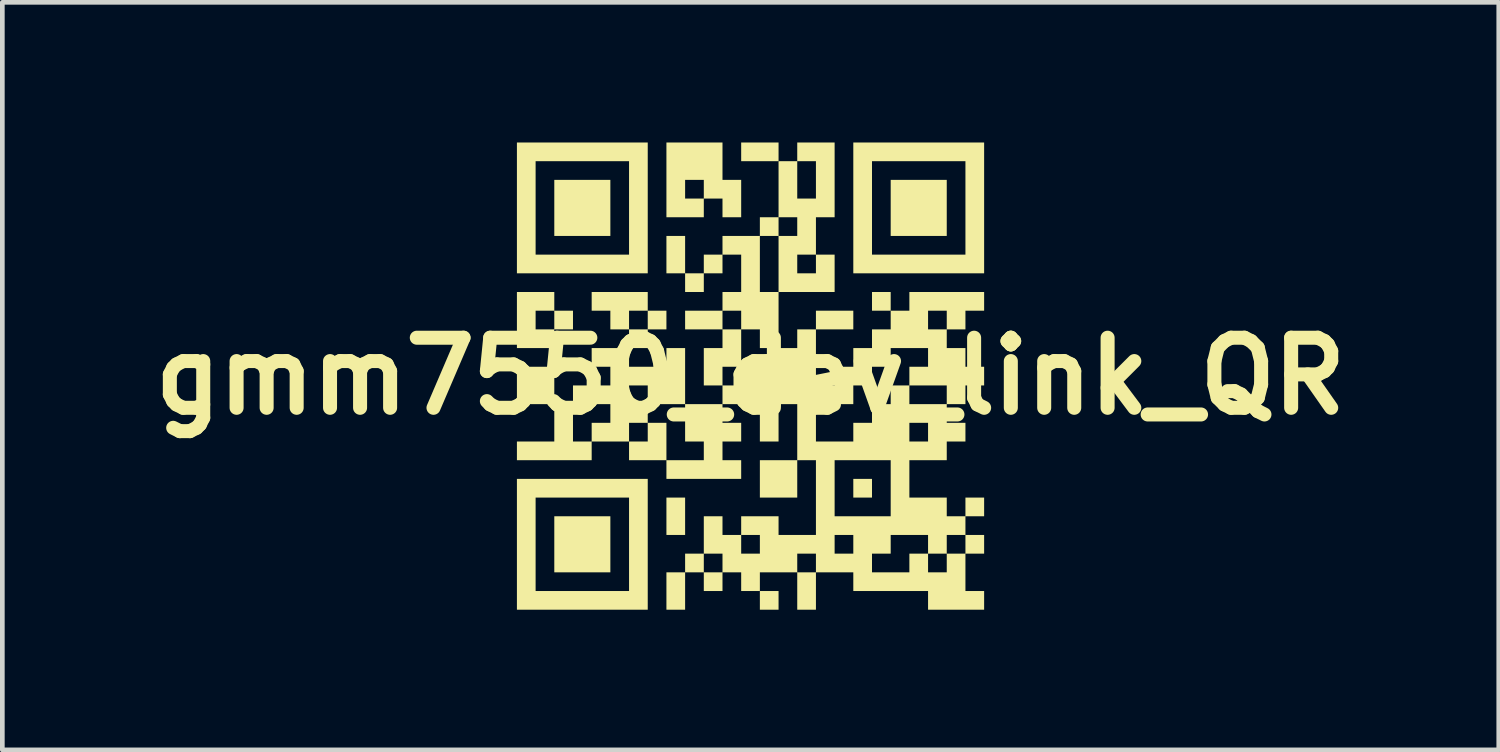
<source format=kicad_pcb>
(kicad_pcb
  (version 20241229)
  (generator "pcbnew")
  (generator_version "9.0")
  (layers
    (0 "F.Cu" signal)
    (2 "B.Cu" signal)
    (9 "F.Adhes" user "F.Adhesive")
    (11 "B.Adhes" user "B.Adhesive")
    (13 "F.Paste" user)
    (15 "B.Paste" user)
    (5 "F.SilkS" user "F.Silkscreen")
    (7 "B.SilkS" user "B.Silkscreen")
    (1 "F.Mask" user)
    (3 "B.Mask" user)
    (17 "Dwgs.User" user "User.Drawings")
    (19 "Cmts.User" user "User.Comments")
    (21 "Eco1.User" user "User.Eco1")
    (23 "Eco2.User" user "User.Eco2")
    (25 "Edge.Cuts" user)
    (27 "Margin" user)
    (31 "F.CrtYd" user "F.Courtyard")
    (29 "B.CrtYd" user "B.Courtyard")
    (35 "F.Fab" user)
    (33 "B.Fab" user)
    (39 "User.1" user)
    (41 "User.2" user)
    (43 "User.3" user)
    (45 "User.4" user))
  (footprint "gmm7550_dev_link_QR"
    (layer "F.Cu")
    (at 13.014 5)
    (property "Reference" "gmm7550_dev_link_QR" (at 0 0 0) (layer "F.SilkS") (effects (font (size 1.5 1.5) (thickness 0.3))))
    (attr board_only exclude_from_pos_files exclude_from_bom)
    (fp_poly (pts (xy -3 -3.6) (xy -3 -3) (xy -3.6 -3) (xy -4.2 -3) (xy -4.2 -3.6) (xy -4.2 -4.2) (xy -3.6 -4.2) (xy -3 -4.2)) (stroke (width 0) (type solid)) (fill yes) (layer "F.SilkS"))
    (fp_poly (pts (xy -3 3.6) (xy -3 4.2) (xy -3.6 4.2) (xy -4.2 4.2) (xy -4.2 3.6) (xy -4.2 3) (xy -3.6 3) (xy -3 3)) (stroke (width 0) (type solid)) (fill yes) (layer "F.SilkS"))
    (fp_poly (pts (xy -1.4 3) (xy -1.4 3.4) (xy -1.6 3.4) (xy -1.8 3.4) (xy -1.8 3) (xy -1.8 2.6) (xy -1.6 2.6) (xy -1.4 2.6)) (stroke (width 0) (type solid)) (fill yes) (layer "F.SilkS"))
    (fp_poly (pts (xy 0.6 4.8) (xy 0.6 5) (xy 0.4 5) (xy 0.2 5) (xy 0.2 4.8) (xy 0.2 4.6) (xy 0.4 4.6) (xy 0.6 4.6)) (stroke (width 0) (type solid)) (fill yes) (layer "F.SilkS"))
    (fp_poly (pts (xy 2.6 2.4) (xy 2.6 2.6) (xy 2.4 2.6) (xy 2.2 2.6) (xy 2.2 2.4) (xy 2.2 2.2) (xy 2.4 2.2) (xy 2.6 2.2)) (stroke (width 0) (type solid)) (fill yes) (layer "F.SilkS"))
    (fp_poly (pts (xy 4.2 -3.6) (xy 4.2 -3) (xy 3.6 -3) (xy 3 -3) (xy 3 -3.6) (xy 3 -4.2) (xy 3.6 -4.2) (xy 4.2 -4.2)) (stroke (width 0) (type solid)) (fill yes) (layer "F.SilkS"))
    (fp_poly (pts (xy -2.2 -3.6) (xy -2.2 -2.2) (xy -3.6 -2.2) (xy -5 -2.2) (xy -5 -3.6) (xy -5 -4.6) (xy -4.6 -4.6) (xy -4.6 -3.6) (xy -4.6 -2.6) (xy -3.6 -2.6) (xy -2.6 -2.6) (xy -2.6 -3.6) (xy -2.6 -4.6) (xy -3.6 -4.6) (xy -4.6 -4.6) (xy -5 -4.6) (xy -5 -5) (xy -3.6 -5) (xy -2.2 -5)) (stroke (width 0) (type solid)) (fill yes) (layer "F.SilkS"))
    (fp_poly (pts (xy -2.2 3.6) (xy -2.2 5) (xy -3.6 5) (xy -5 5) (xy -5 3.6) (xy -5 2.6) (xy -4.6 2.6) (xy -4.6 3.6) (xy -4.6 4.6) (xy -3.6 4.6) (xy -2.6 4.6) (xy -2.6 3.6) (xy -2.6 2.6) (xy -3.6 2.6) (xy -4.6 2.6) (xy -5 2.6) (xy -5 2.2) (xy -3.6 2.2) (xy -2.2 2.2)) (stroke (width 0) (type solid)) (fill yes) (layer "F.SilkS"))
    (fp_poly (pts (xy 5 -3.6) (xy 5 -2.2) (xy 3.6 -2.2) (xy 2.2 -2.2) (xy 2.2 -3.6) (xy 2.2 -4.6) (xy 2.6 -4.6) (xy 2.6 -3.6) (xy 2.6 -2.6) (xy 3.6 -2.6) (xy 4.6 -2.6) (xy 4.6 -3.6) (xy 4.6 -4.6) (xy 3.6 -4.6) (xy 2.6 -4.6) (xy 2.2 -4.6) (xy 2.2 -5) (xy 3.6 -5) (xy 5 -5)) (stroke (width 0) (type solid)) (fill yes) (layer "F.SilkS"))
    (fp_poly (pts (xy -4.2 -1.6) (xy -4.2 -1.4) (xy -4.4 -1.4) (xy -4.6 -1.4) (xy -4.6 -1.2) (xy -4.6 -1) (xy -4.4 -1) (xy -4.2 -1) (xy -4.2 -1.2) (xy -4.2 -1.4) (xy -4 -1.4) (xy -3.8 -1.4) (xy -3.8 -1.2) (xy -3.8 -1) (xy -4 -1) (xy -4.2 -1) (xy -4.2 -0.8) (xy -4.2 -0.6) (xy -4.6 -0.6) (xy -5 -0.6) (xy -5 -1.2) (xy -5 -1.8) (xy -4.6 -1.8) (xy -4.2 -1.8)) (stroke (width 0) (type solid)) (fill yes) (layer "F.SilkS"))
    (fp_poly (pts (xy -0.6 -4.6) (xy -0.6 -4.2) (xy -0.4 -4.2) (xy -0.2 -4.2) (xy -0.2 -3.8) (xy -0.2 -3.4) (xy -0.4 -3.4) (xy -0.6 -3.4) (xy -0.6 -3.6) (xy -0.6 -3.8) (xy -0.8 -3.8) (xy -1 -3.8) (xy -1 -3.6) (xy -1 -3.4) (xy -1.4 -3.4) (xy -1.8 -3.4) (xy -1.8 -4.2) (xy -1.4 -4.2) (xy -1.4 -4) (xy -1.4 -3.8) (xy -1.2 -3.8) (xy -1 -3.8) (xy -1 -4) (xy -1 -4.2) (xy -1.2 -4.2) (xy -1.4 -4.2) (xy -1.8 -4.2) (xy -1.8 -5) (xy -1.2 -5) (xy -0.6 -5)) (stroke (width 0) (type solid)) (fill yes) (layer "F.SilkS"))
    (fp_poly (pts (xy 0.6 -4.8) (xy 0.6 -4.6) (xy 0.8 -4.6) (xy 1 -4.6) (xy 1 -4.2) (xy 1 -3.8) (xy 1.2 -3.8) (xy 1.4 -3.8) (xy 1.4 -4.2) (xy 1.4 -4.6) (xy 1.2 -4.6) (xy 1 -4.6) (xy 1 -4.8) (xy 1 -5) (xy 1.4 -5) (xy 1.8 -5) (xy 1.8 -4.2) (xy 1.8 -3.4) (xy 1.6 -3.4) (xy 1.4 -3.4) (xy 1.4 -3) (xy 1.4 -2.6) (xy 1.2 -2.6) (xy 1 -2.6) (xy 1 -2.4) (xy 1 -2.2) (xy 1.2 -2.2) (xy 1.4 -2.2) (xy 1.4 -2.4) (xy 1.4 -2.6) (xy 1.6 -2.6) (xy 1.8 -2.6) (xy 1.8 -2.2) (xy 1.8 -1.8) (xy 1.2 -1.8) (xy 0.6 -1.8) (xy 0.6 -1.2) (xy 0.6 -0.6) (xy 0.8 -0.6) (xy 1 -0.6) (xy 1 -0.8) (xy 1 -1) (xy 1.2 -1) (xy 1.4 -1) (xy 1.4 -1.2) (xy 1.4 -1.4) (xy 1.8 -1.4) (xy 2.2 -1.4) (xy 2.2 -1.2) (xy 2.2 -1) (xy 1.8 -1) (xy 1.4 -1) (xy 1.4 -0.4) (xy 1.4 0.2) (xy 1.6 0.2) (xy 1.8 0.2) (xy 1.8 0) (xy 1.8 -0.2) (xy 2 -0.2) (xy 2.2 -0.2) (xy 2.2 -0.4) (xy 2.2 -0.6) (xy 2.4 -0.6) (xy 2.6 -0.6) (xy 2.6 -0.8) (xy 2.6 -1) (xy 2.8 -1) (xy 3 -1) (xy 3 -1.2) (xy 3 -1.4) (xy 2.8 -1.4) (xy 2.6 -1.4) (xy 2.6 -1.6) (xy 2.6 -1.8) (xy 2.8 -1.8) (xy 3 -1.8) (xy 3 -1.6) (xy 3 -1.4) (xy 3.2 -1.4) (xy 3.4 -1.4) (xy 3.8 -1.4) (xy 3.8 -1.2) (xy 3.8 -1) (xy 4 -1) (xy 4.2 -1) (xy 4.2 -1.2) (xy 4.2 -1.4) (xy 4 -1.4) (xy 3.8 -1.4) (xy 3.4 -1.4) (xy 3.4 -1.6) (xy 3.4 -1.8) (xy 4.2 -1.8) (xy 5 -1.8) (xy 5 -1.6) (xy 5 -1.4) (xy 4.8 -1.4) (xy 4.6 -1.4) (xy 4.6 -1.2) (xy 4.6 -1) (xy 4.4 -1) (xy 4.2 -1) (xy 4.2 -0.8) (xy 4.2 -0.6) (xy 4.4 -0.6) (xy 4.6 -0.6) (xy 4.6 -0.4) (xy 4.6 -0.2) (xy 4.8 -0.2) (xy 5 -0.2) (xy 5 0) (xy 5 0.2) (xy 4.8 0.2) (xy 4.6 0.2) (xy 4.6 0.4) (xy 4.6 0.6) (xy 4.4 0.6) (xy 4.2 0.6) (xy 4.2 0.8) (xy 4.2 1) (xy 4.4 1) (xy 4.6 1) (xy 4.6 1.2) (xy 4.6 1.4) (xy 4.4 1.4) (xy 4.2 1.4) (xy 4.2 1.6) (xy 4.2 1.8) (xy 3.8 1.8) (xy 3.4 1.8) (xy 3.4 2.2) (xy 3.4 2.6) (xy 3.8 2.6) (xy 4.2 2.6) (xy 4.2 2.8) (xy 4.2 3) (xy 4.4 3) (xy 4.6 3) (xy 4.6 2.8) (xy 4.6 2.6) (xy 4.8 2.6) (xy 5 2.6) (xy 5 2.8) (xy 5 3) (xy 4.8 3) (xy 4.6 3) (xy 4.6 3.2) (xy 4.6 3.4) (xy 4.4 3.4) (xy 4.2 3.4) (xy 4.2 3.6) (xy 4.2 3.8) (xy 4 3.8) (xy 3.8 3.8) (xy 3.8 3.6) (xy 3.8 3.4) (xy 3.4 3.4) (xy 3 3.4) (xy 3 3.6) (xy 3 3.8) (xy 2.8 3.8) (xy 2.6 3.8) (xy 2.6 4) (xy 2.6 4.2) (xy 3 4.2) (xy 3.4 4.2) (xy 3.4 4) (xy 3.4 3.8) (xy 3.6 3.8) (xy 3.8 3.8) (xy 3.8 4) (xy 3.8 4.2) (xy 4 4.2) (xy 4.2 4.2) (xy 4.2 4) (xy 4.2 3.8) (xy 4.4 3.8) (xy 4.6 3.8) (xy 4.6 3.6) (xy 4.6 3.4) (xy 4.8 3.4) (xy 5 3.4) (xy 5 3.6) (xy 5 3.8) (xy 4.8 3.8) (xy 4.6 3.8) (xy 4.6 4.2) (xy 4.6 4.6) (xy 4.8 4.6) (xy 5 4.6) (xy 5 4.8) (xy 5 5) (xy 4.4 5) (xy 3.8 5) (xy 3.8 4.8) (xy 3.8 4.6) (xy 3 4.6) (xy 2.2 4.6) (xy 2.2 4.4) (xy 2.2 4.2) (xy 1.8 4.2) (xy 1.4 4.2) (xy 1.4 4.6) (xy 1.4 5) (xy 1.2 5) (xy 1 5) (xy 1 4.6) (xy 1 4.2) (xy 0.6 4.2) (xy 0.2 4.2) (xy 0.2 4.4) (xy 0.2 4.6) (xy 0 4.6) (xy -0.2 4.6) (xy -0.2 4.4) (xy -0.2 4.2) (xy -0.4 4.2) (xy -0.6 4.2) (xy -0.6 4.4) (xy -0.6 4.6) (xy -0.8 4.6) (xy -1 4.6) (xy -1 4.4) (xy -1 4.2) (xy -1.2 4.2) (xy -1.4 4.2) (xy -1.4 4.6) (xy -1.4 5) (xy -1.6 5) (xy -1.8 5) (xy -1.8 4.6) (xy -1.8 4.2) (xy -1.6 4.2) (xy -1.4 4.2) (xy -1.4 4) (xy -1.4 3.8) (xy -1.2 3.8) (xy -1 3.8) (xy -1 4) (xy -1 4.2) (xy -0.8 4.2) (xy -0.6 4.2) (xy -0.6 4) (xy -0.6 3.8) (xy -0.8 3.8) (xy -1 3.8) (xy -1 3.4) (xy -1 3) (xy -0.8 3) (xy -0.6 3) (xy -0.6 3.2) (xy -0.6 3.4) (xy -0.4 3.4) (xy -0.2 3.4) (xy -0.2 3.6) (xy -0.2 3.8) (xy 0 3.8) (xy 0.2 3.8) (xy 1 3.8) (xy 1 4) (xy 1 4.2) (xy 1.2 4.2) (xy 1.4 4.2) (xy 1.4 4) (xy 1.4 3.8) (xy 1.2 3.8) (xy 1 3.8) (xy 0.2 3.8) (xy 0.2 3.6) (xy 0.2 3.4) (xy 0 3.4) (xy -0.2 3.4) (xy -0.2 3.2) (xy -0.2 3) (xy 0.2 3) (xy 0.6 3) (xy 0.6 3.2) (xy 0.6 3.4) (xy 1 3.4) (xy 1.4 3.4) (xy 1.8 3.4) (xy 1.8 3.6) (xy 1.8 3.8) (xy 2 3.8) (xy 2.2 3.8) (xy 2.2 3.6) (xy 2.2 3.4) (xy 2 3.4) (xy 1.8 3.4) (xy 1.4 3.4) (xy 1.4 2.6) (xy 1.4 1.8) (xy 1.8 1.8) (xy 1.8 2.4) (xy 1.8 3) (xy 2.4 3) (xy 3 3) (xy 3 2.4) (xy 3 1.8) (xy 2.4 1.8) (xy 1.8 1.8) (xy 1.4 1.8) (xy 1.2 1.8) (xy 1 1.8) (xy 1 2.2) (xy 1 2.6) (xy 0.6 2.6) (xy 0.2 2.6) (xy 0.2 2.2) (xy 0.2 1.8) (xy 0.6 1.8) (xy 1 1.8) (xy 1 1.4) (xy 1.4 1.4) (xy 1.8 1.4) (xy 2.2 1.4) (xy 2.2 1.2) (xy 2.2 1) (xy 2.4 1) (xy 2.6 1) (xy 3.4 1) (xy 3.4 1.2) (xy 3.4 1.4) (xy 3.6 1.4) (xy 3.8 1.4) (xy 3.8 1.2) (xy 3.8 1) (xy 3.6 1) (xy 3.4 1) (xy 2.6 1) (xy 2.6 0.8) (xy 2.6 0.6) (xy 2.8 0.6) (xy 3 0.6) (xy 3 0.4) (xy 3 0.2) (xy 3.2 0.2) (xy 3.4 0.2) (xy 3.4 0.4) (xy 3.4 0.6) (xy 3.8 0.6) (xy 4.2 0.6) (xy 4.2 0.4) (xy 4.2 0.2) (xy 3.8 0.2) (xy 3.4 0.2) (xy 3.4 0) (xy 3.4 -0.2) (xy 3.6 -0.2) (xy 3.8 -0.2) (xy 3.8 -0.4) (xy 3.8 -0.6) (xy 3.4 -0.6) (xy 3 -0.6) (xy 3 -0.4) (xy 3 -0.2) (xy 2.8 -0.2) (xy 2.6 -0.2) (xy 2.6 0) (xy 2.6 0.2) (xy 2.4 0.2) (xy 2.2 0.2) (xy 2.2 0.4) (xy 2.2 0.6) (xy 1.8 0.6) (xy 1.4 0.6) (xy 1.4 1) (xy 1.4 1.4) (xy 1 1.4) (xy 1 1.2) (xy 1 0.6) (xy 0.8 0.6) (xy 0.6 0.6) (xy 0.6 1) (xy 0.6 1.4) (xy 0.4 1.4) (xy 0.2 1.4) (xy 0.2 1) (xy 0.2 0.6) (xy -0.2 0.6) (xy -0.6 0.6) (xy -0.6 0.8) (xy -0.6 1) (xy -0.4 1) (xy -0.2 1) (xy -0.2 1.2) (xy -0.2 1.4) (xy -0.4 1.4) (xy -0.6 1.4) (xy -0.6 1.6) (xy -0.6 1.8) (xy -0.4 1.8) (xy -0.2 1.8) (xy -0.2 2) (xy -0.2 2.2) (xy -1 2.2) (xy -1.8 2.2) (xy -1.8 2) (xy -1.8 1.8) (xy -2.2 1.8) (xy -2.6 1.8) (xy -2.6 1.6) (xy -2.6 1.4) (xy -2.4 1.4) (xy -2.2 1.4) (xy -2.2 1.2) (xy -2.2 1) (xy -2 1) (xy -1.8 1) (xy -1.8 1.4) (xy -1.8 1.8) (xy -1.4 1.8) (xy -1 1.8) (xy -1 1.6) (xy -1 1.4) (xy -1.2 1.4) (xy -1.4 1.4) (xy -1.4 1) (xy -1.4 0.6) (xy -1.8 0.6) (xy -2.2 0.6) (xy -2.2 0.8) (xy -2.2 1) (xy -2.4 1) (xy -2.6 1) (xy -2.6 1.2) (xy -2.6 1.4) (xy -3 1.4) (xy -3.4 1.4) (xy -3.4 1.6) (xy -3.4 1.8) (xy -4.2 1.8) (xy -5 1.8) (xy -5 1.6) (xy -5 1.4) (xy -4.6 1.4) (xy -4.2 1.4) (xy -4.2 1) (xy -4.2 0.6) (xy -4.6 0.6) (xy -5 0.6) (xy -5 0.2) (xy -5 -0.2) (xy -4.6 -0.2) (xy -4.2 -0.2) (xy -4.2 0.2) (xy -4.2 0.6) (xy -4 0.6) (xy -3.8 0.6) (xy -3.8 1) (xy -3.8 1.4) (xy -3.6 1.4) (xy -3.4 1.4) (xy -3.4 1.2) (xy -3.4 1) (xy -3.2 1) (xy -3 1) (xy -3 0.8) (xy -3 0.6) (xy -3.4 0.6) (xy -3.8 0.6) (xy -3.8 0.4) (xy -3.8 0.2) (xy -3.4 0.2) (xy -3 0.2) (xy -2.6 0.2) (xy -2.6 0.4) (xy -2.6 0.6) (xy -2.4 0.6) (xy -2.2 0.6) (xy -2.2 0.4) (xy -2.2 0.2) (xy -2.4 0.2) (xy -2.6 0.2) (xy -3 0.2) (xy -3 0) (xy -3 -0.2) (xy -3.2 -0.2) (xy -3.4 -0.2) (xy -3.4 -0.4) (xy -3.4 -0.6) (xy -3 -0.6) (xy -2.6 -0.6) (xy -2.6 -0.8) (xy -2.6 -1) (xy -2.8 -1) (xy -3 -1) (xy -3 -1.2) (xy -3 -1.4) (xy -3.2 -1.4) (xy -3.4 -1.4) (xy -3.4 -1.6) (xy -3.4 -1.8) (xy -2.8 -1.8) (xy -2.2 -1.8) (xy -2.2 -1.6) (xy -2.2 -1.4) (xy -2.4 -1.4) (xy -2.6 -1.4) (xy -2.6 -1.2) (xy -2.6 -1) (xy -2.4 -1) (xy -2.2 -1) (xy -2.2 -1.2) (xy -2.2 -1.4) (xy -2 -1.4) (xy -1.8 -1.4) (xy -1.8 -1.2) (xy -1.8 -1) (xy -2 -1) (xy -2.2 -1) (xy -2.2 -0.8) (xy -2.2 -0.6) (xy -2.4 -0.6) (xy -2.6 -0.6) (xy -2.6 -0.4) (xy -2.6 -0.2) (xy -2.2 -0.2) (xy -1.8 -0.2) (xy -1.8 -0.4) (xy -1.8 -0.6) (xy -1.6 -0.6) (xy -1.4 -0.6) (xy -1.4 0) (xy -1.4 0.6) (xy -1 0.6) (xy -0.6 0.6) (xy -0.6 0.4) (xy -0.6 0.2) (xy -0.4 0.2) (xy -0.2 0.2) (xy -0.2 0) (xy -0.2 -0.2) (xy 0.2 -0.2) (xy 0.6 -0.2) (xy 0.6 -0.4) (xy 0.6 -0.6) (xy 0.4 -0.6) (xy 0.2 -0.6) (xy 0.2 -0.8) (xy 0.2 -1) (xy 0 -1) (xy -0.2 -1) (xy -0.2 -0.6) (xy -0.2 -0.2) (xy -0.4 -0.2) (xy -0.6 -0.2) (xy -0.6 0) (xy -0.6 0.2) (xy -0.8 0.2) (xy -1 0.2) (xy -1 -0.2) (xy -1 -0.6) (xy -0.8 -0.6) (xy -0.6 -0.6) (xy -0.6 -0.8) (xy -0.6 -1) (xy -1 -1) (xy -1.4 -1) (xy -1.4 -1.2) (xy -1.4 -1.4) (xy -1 -1.4) (xy -0.6 -1.4) (xy -0.6 -1.2) (xy -0.6 -1) (xy -0.4 -1) (xy -0.2 -1) (xy -0.2 -1.2) (xy -0.2 -1.4) (xy -0.4 -1.4) (xy -0.6 -1.4) (xy -0.6 -1.6) (xy -0.6 -1.8) (xy -0.4 -1.8) (xy -0.2 -1.8) (xy 0.2 -1.8) (xy 0.4 -1.8) (xy 0.6 -1.8) (xy 0.6 -2.4) (xy 0.6 -3) (xy 0.8 -3) (xy 1 -3) (xy 1 -3.2) (xy 1 -3.4) (xy 0.8 -3.4) (xy 0.6 -3.4) (xy 0.6 -3.2) (xy 0.6 -3) (xy 0.4 -3) (xy 0.2 -3) (xy 0.2 -2.4) (xy 0.2 -1.8) (xy -0.2 -1.8) (xy -0.2 -2.2) (xy -0.2 -2.6) (xy -0.4 -2.6) (xy -0.6 -2.6) (xy -0.6 -2.4) (xy -0.6 -2.2) (xy -0.8 -2.2) (xy -1 -2.2) (xy -1 -2) (xy -1 -1.8) (xy -1.2 -1.8) (xy -1.4 -1.8) (xy -1.4 -2) (xy -1.4 -2.2) (xy -1.6 -2.2) (xy -1.8 -2.2) (xy -1.8 -2.6) (xy -1.8 -3) (xy -1.6 -3) (xy -1.4 -3) (xy -1.4 -2.6) (xy -1.4 -2.2) (xy -1.2 -2.2) (xy -1 -2.2) (xy -1 -2.4) (xy -1 -2.6) (xy -0.8 -2.6) (xy -0.6 -2.6) (xy -0.6 -2.8) (xy -0.6 -3) (xy -0.2 -3) (xy 0.2 -3) (xy 0.2 -3.2) (xy 0.2 -3.4) (xy 0.4 -3.4) (xy 0.6 -3.4) (xy 0.6 -4) (xy 0.6 -4.6) (xy 0.2 -4.6) (xy -0.2 -4.6) (xy -0.2 -4.8) (xy -0.2 -5) (xy 0.2 -5) (xy 0.6 -5)) (stroke (width 0) (type solid)) (fill yes) (layer "F.SilkS")))
  (gr_rect
    (start -3 -3)
    (end 29.029 13)
    (stroke (width 0.1) (type default))
    (fill no)
    (layer "Edge.Cuts")))
</source>
